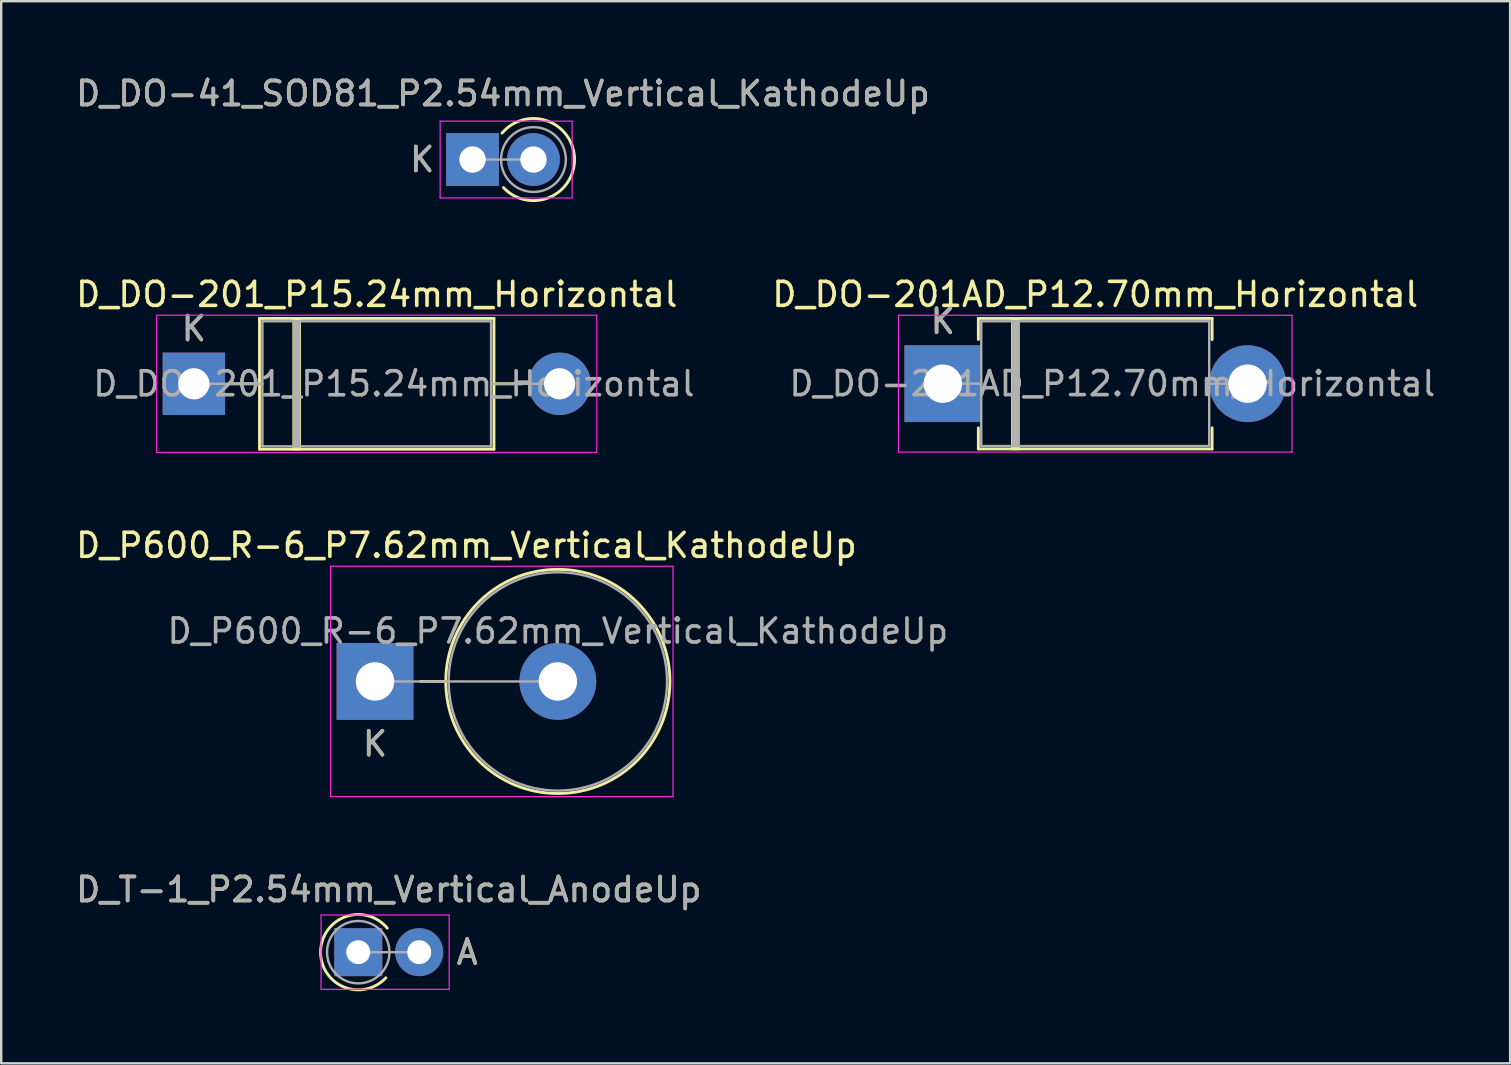
<source format=kicad_pcb>
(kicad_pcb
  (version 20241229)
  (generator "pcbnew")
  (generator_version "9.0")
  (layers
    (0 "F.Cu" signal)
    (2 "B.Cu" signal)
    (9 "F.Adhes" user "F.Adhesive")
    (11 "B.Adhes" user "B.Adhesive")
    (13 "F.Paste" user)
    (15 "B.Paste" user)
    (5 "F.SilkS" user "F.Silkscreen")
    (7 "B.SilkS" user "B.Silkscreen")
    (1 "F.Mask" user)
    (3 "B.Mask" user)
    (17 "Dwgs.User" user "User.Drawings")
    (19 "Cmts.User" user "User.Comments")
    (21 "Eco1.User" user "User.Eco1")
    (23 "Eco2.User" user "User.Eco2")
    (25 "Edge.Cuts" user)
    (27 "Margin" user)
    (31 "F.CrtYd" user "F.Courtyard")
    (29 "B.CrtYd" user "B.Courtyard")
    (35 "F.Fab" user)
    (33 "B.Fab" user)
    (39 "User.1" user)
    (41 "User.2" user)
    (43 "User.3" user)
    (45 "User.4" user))
  (footprint "D_DO-41_SOD81_P2.54mm_Vertical_KathodeUp"
    (layer "F.Cu")
    (at 16.641 3.599)
    (property "Reference" "D_DO-41_SOD81_P2.54mm_Vertical_KathodeUp" (at 1.27 -2.751 0) (layer "F.SilkS") (effects (font (size 1 1) (thickness 0.15))))
    (attr through_hole)
    (fp_arc (start 1.228847 -1.1) (mid 4.250877 -0.044974) (end 1.288449 1.167366) (stroke (width 0.12) (type solid)) (layer "F.SilkS"))
    (fp_line (start -1.35 -1.6) (end -1.35 1.6) (stroke (width 0.05) (type solid)) (layer "F.CrtYd"))
    (fp_line (start -1.35 1.6) (end 4.15 1.6) (stroke (width 0.05) (type solid)) (layer "F.CrtYd"))
    (fp_line (start 4.15 -1.6) (end -1.35 -1.6) (stroke (width 0.05) (type solid)) (layer "F.CrtYd"))
    (fp_line (start 4.15 1.6) (end 4.15 -1.6) (stroke (width 0.05) (type solid)) (layer "F.CrtYd"))
    (fp_line (start 0 0) (end 2.54 0) (stroke (width 0.1) (type solid)) (layer "F.Fab"))
    (fp_circle (center 2.54 0) (end 3.89 0) (stroke (width 0.1) (type solid)) (fill no) (layer "F.Fab"))
    (fp_text user "K" (at -2.1 0 0) (layer "F.SilkS") (effects (font (size 1 1) (thickness 0.15))))
    (fp_text user "${REFERENCE}" (at 1.27 -2.751 0) (layer "F.Fab") (effects (font (size 1 1) (thickness 0.15))))
    (fp_text user "K" (at -2.1 0 0) (layer "F.Fab") (effects (font (size 1 1) (thickness 0.15))))
    (pad "1" thru_hole rect (at 0 0) (size 2.2 2.2) (drill 1.1) (layers "*.Cu" "*.Mask"))
    (pad "2" thru_hole oval (at 2.54 0) (size 2.2 2.2) (drill 1.1) (layers "*.Cu" "*.Mask")))
  (footprint "D_DO-201AD_P12.70mm_Horizontal"
    (layer "F.Cu")
    (at 36.24 12.939)
    (property "Reference" "D_DO-201AD_P12.70mm_Horizontal" (at 6.35 -3.72 0) (layer "F.SilkS") (effects (font (size 1 1) (thickness 0.15))))
    (attr through_hole)
    (fp_line (start 1.48 -2.72) (end 11.22 -2.72) (stroke (width 0.12) (type solid)) (layer "F.SilkS"))
    (fp_line (start 1.48 -1.84) (end 1.48 -2.72) (stroke (width 0.12) (type solid)) (layer "F.SilkS"))
    (fp_line (start 1.48 1.84) (end 1.48 2.72) (stroke (width 0.12) (type solid)) (layer "F.SilkS"))
    (fp_line (start 1.48 2.72) (end 11.22 2.72) (stroke (width 0.12) (type solid)) (layer "F.SilkS"))
    (fp_line (start 2.905 -2.72) (end 2.905 2.72) (stroke (width 0.12) (type solid)) (layer "F.SilkS"))
    (fp_line (start 3.025 -2.72) (end 3.025 2.72) (stroke (width 0.12) (type solid)) (layer "F.SilkS"))
    (fp_line (start 3.145 -2.72) (end 3.145 2.72) (stroke (width 0.12) (type solid)) (layer "F.SilkS"))
    (fp_line (start 11.22 -2.72) (end 11.22 -1.84) (stroke (width 0.12) (type solid)) (layer "F.SilkS"))
    (fp_line (start 11.22 2.72) (end 11.22 1.84) (stroke (width 0.12) (type solid)) (layer "F.SilkS"))
    (fp_line (start -1.85 -2.85) (end -1.85 2.85) (stroke (width 0.05) (type solid)) (layer "F.CrtYd"))
    (fp_line (start -1.85 2.85) (end 14.55 2.85) (stroke (width 0.05) (type solid)) (layer "F.CrtYd"))
    (fp_line (start 14.55 -2.85) (end -1.85 -2.85) (stroke (width 0.05) (type solid)) (layer "F.CrtYd"))
    (fp_line (start 14.55 2.85) (end 14.55 -2.85) (stroke (width 0.05) (type solid)) (layer "F.CrtYd"))
    (fp_line (start 0 0) (end 1.6 0) (stroke (width 0.1) (type solid)) (layer "F.Fab"))
    (fp_line (start 1.6 -2.6) (end 1.6 2.6) (stroke (width 0.1) (type solid)) (layer "F.Fab"))
    (fp_line (start 1.6 2.6) (end 11.1 2.6) (stroke (width 0.1) (type solid)) (layer "F.Fab"))
    (fp_line (start 2.925 -2.6) (end 2.925 2.6) (stroke (width 0.1) (type solid)) (layer "F.Fab"))
    (fp_line (start 3.025 -2.6) (end 3.025 2.6) (stroke (width 0.1) (type solid)) (layer "F.Fab"))
    (fp_line (start 3.125 -2.6) (end 3.125 2.6) (stroke (width 0.1) (type solid)) (layer "F.Fab"))
    (fp_line (start 11.1 -2.6) (end 1.6 -2.6) (stroke (width 0.1) (type solid)) (layer "F.Fab"))
    (fp_line (start 11.1 2.6) (end 11.1 -2.6) (stroke (width 0.1) (type solid)) (layer "F.Fab"))
    (fp_line (start 12.7 0) (end 11.1 0) (stroke (width 0.1) (type solid)) (layer "F.Fab"))
    (fp_text user "K" (at 0 -2.6 0) (layer "F.SilkS") (effects (font (size 1 1) (thickness 0.15))))
    (fp_text user "${REFERENCE}" (at 7.062 0 0) (layer "F.Fab") (effects (font (size 1 1) (thickness 0.15))))
    (fp_text user "K" (at 0 -2.6 0) (layer "F.Fab") (effects (font (size 1 1) (thickness 0.15))))
    (pad "1" thru_hole rect (at 0 0) (size 3.2 3.2) (drill 1.6) (layers "*.Cu" "*.Mask"))
    (pad "2" thru_hole oval (at 12.7 0) (size 3.2 3.2) (drill 1.6) (layers "*.Cu" "*.Mask")))
  (footprint "D_T-1_P2.54mm_Vertical_AnodeUp"
    (layer "F.Cu")
    (at 11.879 36.629)
    (property "Reference" "D_T-1_P2.54mm_Vertical_AnodeUp" (at 1.27 -2.609 0) (layer "F.SilkS") (effects (font (size 1 1) (thickness 0.15))))
    (attr through_hole)
    (fp_arc (start 1.151253 1.067982) (mid -1.56969 -0.045178) (end 1.210772 -1) (stroke (width 0.12) (type solid)) (layer "F.SilkS"))
    (fp_line (start -1.55 -1.55) (end -1.55 1.55) (stroke (width 0.05) (type solid)) (layer "F.CrtYd"))
    (fp_line (start -1.55 1.55) (end 3.79 1.55) (stroke (width 0.05) (type solid)) (layer "F.CrtYd"))
    (fp_line (start 3.79 -1.55) (end -1.55 -1.55) (stroke (width 0.05) (type solid)) (layer "F.CrtYd"))
    (fp_line (start 3.79 1.55) (end 3.79 -1.55) (stroke (width 0.05) (type solid)) (layer "F.CrtYd"))
    (fp_line (start 0 0) (end 2.54 0) (stroke (width 0.1) (type solid)) (layer "F.Fab"))
    (fp_circle (center 0 0) (end 1.3 0) (stroke (width 0.1) (type solid)) (fill no) (layer "F.Fab"))
    (fp_text user "A" (at 4.54 0 0) (layer "F.SilkS") (effects (font (size 1 1) (thickness 0.15))))
    (fp_text user "${REFERENCE}" (at 1.27 -2.609 0) (layer "F.Fab") (effects (font (size 1 1) (thickness 0.15))))
    (fp_text user "A" (at 4.54 0 0) (layer "F.Fab") (effects (font (size 1 1) (thickness 0.15))))
    (pad "1" thru_hole rect (at 0 0) (size 2 2) (drill 1) (layers "*.Cu" "*.Mask"))
    (pad "2" thru_hole oval (at 2.54 0) (size 2 2) (drill 1) (layers "*.Cu" "*.Mask")))
  (footprint "D_DO-201_P15.24mm_Horizontal"
    (layer "F.Cu")
    (at 5.029 12.944)
    (property "Reference" "D_DO-201_P15.24mm_Horizontal" (at 7.62 -3.725 0) (layer "F.SilkS") (effects (font (size 1 1) (thickness 0.15))))
    (attr through_hole)
    (fp_line (start 1.54 0) (end 2.735 0) (stroke (width 0.12) (type solid)) (layer "F.SilkS"))
    (fp_line (start 2.735 -2.725) (end 2.735 2.725) (stroke (width 0.12) (type solid)) (layer "F.SilkS"))
    (fp_line (start 2.735 2.725) (end 12.505 2.725) (stroke (width 0.12) (type solid)) (layer "F.SilkS"))
    (fp_line (start 4.165 -2.725) (end 4.165 2.725) (stroke (width 0.12) (type solid)) (layer "F.SilkS"))
    (fp_line (start 4.285 -2.725) (end 4.285 2.725) (stroke (width 0.12) (type solid)) (layer "F.SilkS"))
    (fp_line (start 4.404 -2.725) (end 4.404 2.725) (stroke (width 0.12) (type solid)) (layer "F.SilkS"))
    (fp_line (start 12.505 -2.725) (end 2.735 -2.725) (stroke (width 0.12) (type solid)) (layer "F.SilkS"))
    (fp_line (start 12.505 2.725) (end 12.505 -2.725) (stroke (width 0.12) (type solid)) (layer "F.SilkS"))
    (fp_line (start 13.7 0) (end 12.505 0) (stroke (width 0.12) (type solid)) (layer "F.SilkS"))
    (fp_line (start -1.55 -2.86) (end -1.55 2.86) (stroke (width 0.05) (type solid)) (layer "F.CrtYd"))
    (fp_line (start -1.55 2.86) (end 16.79 2.86) (stroke (width 0.05) (type solid)) (layer "F.CrtYd"))
    (fp_line (start 16.79 -2.86) (end -1.55 -2.86) (stroke (width 0.05) (type solid)) (layer "F.CrtYd"))
    (fp_line (start 16.79 2.86) (end 16.79 -2.86) (stroke (width 0.05) (type solid)) (layer "F.CrtYd"))
    (fp_line (start 0 0) (end 2.855 0) (stroke (width 0.1) (type solid)) (layer "F.Fab"))
    (fp_line (start 2.855 -2.605) (end 2.855 2.605) (stroke (width 0.1) (type solid)) (layer "F.Fab"))
    (fp_line (start 2.855 2.605) (end 12.385 2.605) (stroke (width 0.1) (type solid)) (layer "F.Fab"))
    (fp_line (start 4.184 -2.605) (end 4.184 2.605) (stroke (width 0.1) (type solid)) (layer "F.Fab"))
    (fp_line (start 4.285 -2.605) (end 4.285 2.605) (stroke (width 0.1) (type solid)) (layer "F.Fab"))
    (fp_line (start 4.385 -2.605) (end 4.385 2.605) (stroke (width 0.1) (type solid)) (layer "F.Fab"))
    (fp_line (start 12.385 -2.605) (end 2.855 -2.605) (stroke (width 0.1) (type solid)) (layer "F.Fab"))
    (fp_line (start 12.385 2.605) (end 12.385 -2.605) (stroke (width 0.1) (type solid)) (layer "F.Fab"))
    (fp_line (start 15.24 0) (end 12.385 0) (stroke (width 0.1) (type solid)) (layer "F.Fab"))
    (fp_text user "K" (at 0 -2.3 0) (layer "F.SilkS") (effects (font (size 1 1) (thickness 0.15))))
    (fp_text user "${REFERENCE}" (at 8.335 0 0) (layer "F.Fab") (effects (font (size 1 1) (thickness 0.15))))
    (fp_text user "K" (at 0 -2.3 0) (layer "F.Fab") (effects (font (size 1 1) (thickness 0.15))))
    (pad "1" thru_hole rect (at 0 0) (size 2.6 2.6) (drill 1.3) (layers "*.Cu" "*.Mask"))
    (pad "2" thru_hole oval (at 15.24 0) (size 2.6 2.6) (drill 1.3) (layers "*.Cu" "*.Mask")))
  (footprint "D_P600_R-6_P7.62mm_Vertical_KathodeUp"
    (layer "F.Cu")
    (at 12.577 25.347)
    (property "Reference" "D_P600_R-6_P7.62mm_Vertical_KathodeUp" (at 3.81 -5.67 0) (layer "F.SilkS") (effects (font (size 1 1) (thickness 0.15))))
    (attr through_hole)
    (fp_line (start 2.95 0) (end 1.9 0) (stroke (width 0.12) (type solid)) (layer "F.SilkS"))
    (fp_circle (center 7.62 0) (end 12.29 0) (stroke (width 0.12) (type solid)) (fill no) (layer "F.SilkS"))
    (fp_line (start -1.85 -4.8) (end -1.85 4.8) (stroke (width 0.05) (type solid)) (layer "F.CrtYd"))
    (fp_line (start -1.85 4.8) (end 12.42 4.8) (stroke (width 0.05) (type solid)) (layer "F.CrtYd"))
    (fp_line (start 12.42 -4.8) (end -1.85 -4.8) (stroke (width 0.05) (type solid)) (layer "F.CrtYd"))
    (fp_line (start 12.42 4.8) (end 12.42 -4.8) (stroke (width 0.05) (type solid)) (layer "F.CrtYd"))
    (fp_line (start 0 0) (end 7.62 0) (stroke (width 0.1) (type solid)) (layer "F.Fab"))
    (fp_circle (center 7.62 0) (end 12.17 0) (stroke (width 0.1) (type solid)) (fill no) (layer "F.Fab"))
    (fp_text user "K" (at 0 2.6 0) (layer "F.SilkS") (effects (font (size 1 1) (thickness 0.15))))
    (fp_text user "${REFERENCE}" (at 7.62 -2.1 0) (layer "F.Fab") (effects (font (size 1 1) (thickness 0.15))))
    (fp_text user "K" (at 0 2.6 0) (layer "F.Fab") (effects (font (size 1 1) (thickness 0.15))))
    (pad "1" thru_hole rect (at 0 0) (size 3.2 3.2) (drill 1.6) (layers "*.Cu" "*.Mask"))
    (pad "2" thru_hole oval (at 7.62 0) (size 3.2 3.2) (drill 1.6) (layers "*.Cu" "*.Mask")))
  (gr_rect
    (start -3 -3)
    (end 59.88 41.26)
    (stroke (width 0.1) (type default))
    (fill no)
    (layer "Edge.Cuts")))
</source>
